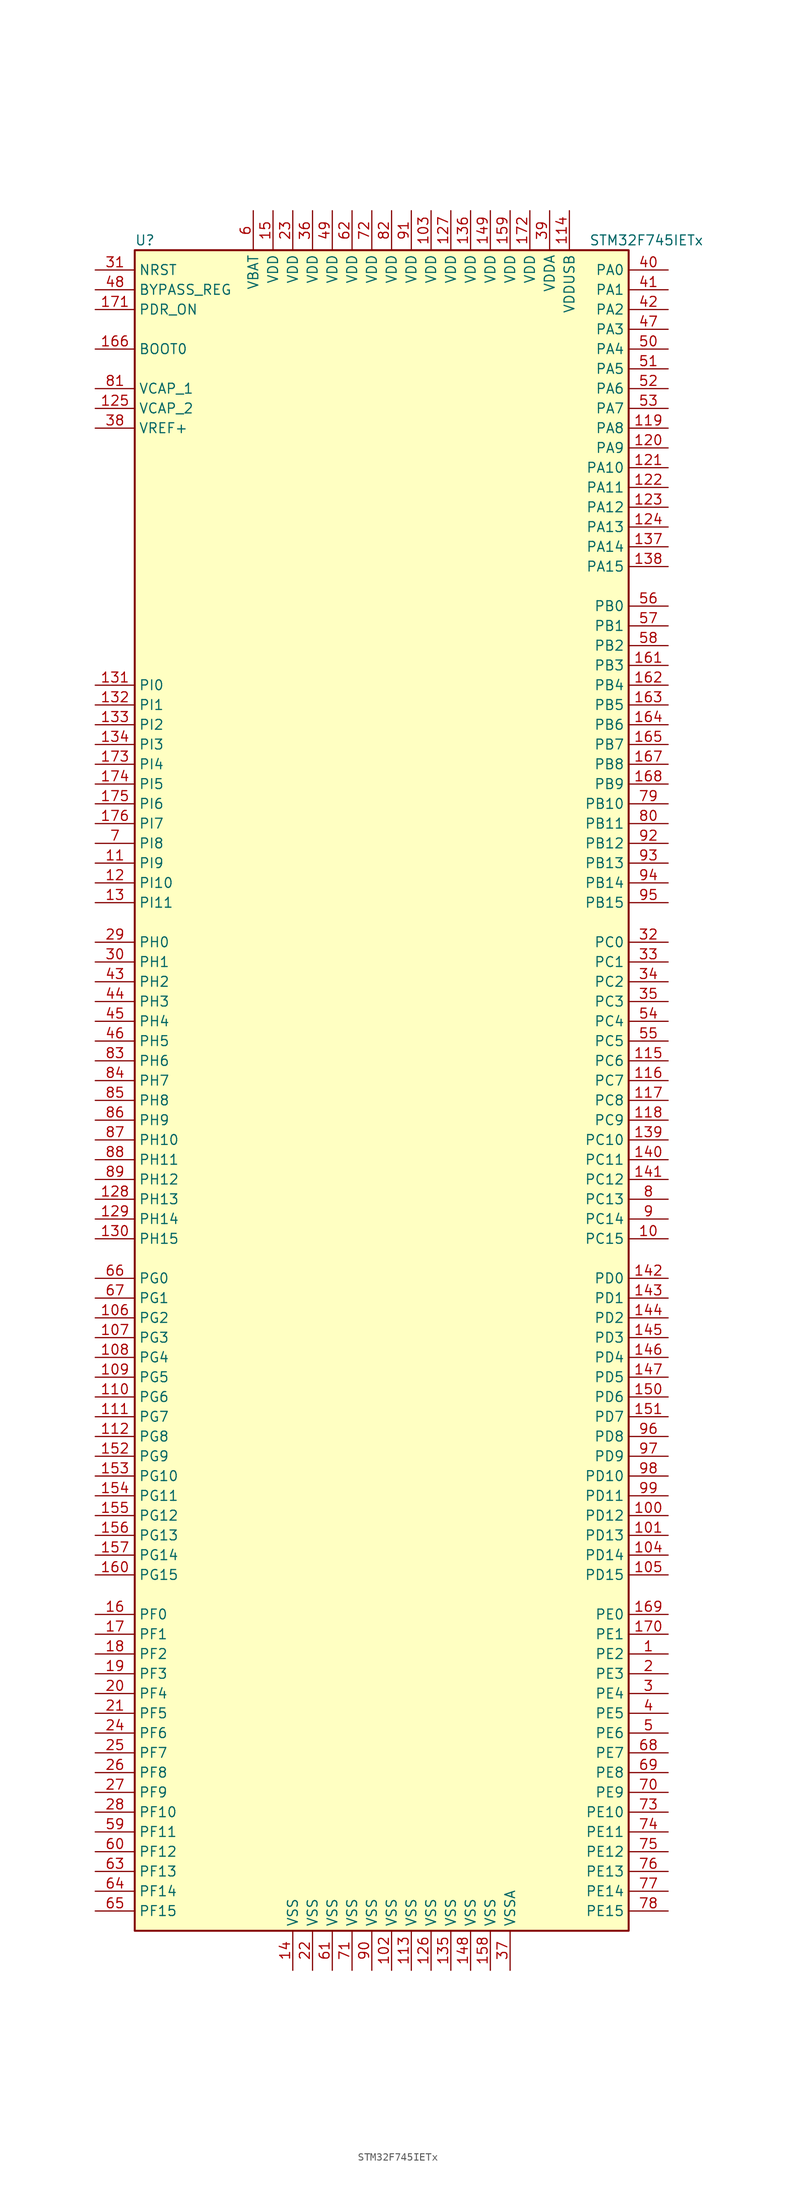
<source format=kicad_sym>
(kicad_symbol_lib
  (version 20220914)
  (generator kicad_symbol_editor)
  (symbol "STM32F745IETx"
    (property "Reference" "U"
      (at -33.02 107.95 0)
      (effects (font (size 1.27 1.27)) (justify left)))
    (property "Value" "STM32F745IETx"
      (at 25.4 107.95 0)
      (effects (font (size 1.27 1.27)) (justify left)))
    (symbol "STM32F745IETx_0_1"
      (rectangle (start -33.02 -109.22) (end 30.48 106.68) (stroke (width 0.254) (type default)) (fill (type background))))
    (symbol "STM32F745IETx_1_1"
      (pin bidirectional line (at 35.56 -73.66 180) (length 5.08) (name "PE2" (effects (font (size 1.27 1.27)))) (number "1" (effects (font (size 1.27 1.27)))))
      (pin bidirectional line (at 35.56 -20.32 180) (length 5.08) (name "PC15" (effects (font (size 1.27 1.27)))) (number "10" (effects (font (size 1.27 1.27)))))
      (pin bidirectional line (at 35.56 -55.88 180) (length 5.08) (name "PD12" (effects (font (size 1.27 1.27)))) (number "100" (effects (font (size 1.27 1.27)))))
      (pin bidirectional line (at 35.56 -58.42 180) (length 5.08) (name "PD13" (effects (font (size 1.27 1.27)))) (number "101" (effects (font (size 1.27 1.27)))))
      (pin power_in line (at 0 -114.3 90) (length 5.08) (name "VSS" (effects (font (size 1.27 1.27)))) (number "102" (effects (font (size 1.27 1.27)))))
      (pin power_in line (at 5.08 111.76 270) (length 5.08) (name "VDD" (effects (font (size 1.27 1.27)))) (number "103" (effects (font (size 1.27 1.27)))))
      (pin bidirectional line (at 35.56 -60.96 180) (length 5.08) (name "PD14" (effects (font (size 1.27 1.27)))) (number "104" (effects (font (size 1.27 1.27)))))
      (pin bidirectional line (at 35.56 -63.5 180) (length 5.08) (name "PD15" (effects (font (size 1.27 1.27)))) (number "105" (effects (font (size 1.27 1.27)))))
      (pin bidirectional line (at -38.1 -30.48 0) (length 5.08) (name "PG2" (effects (font (size 1.27 1.27)))) (number "106" (effects (font (size 1.27 1.27)))))
      (pin bidirectional line (at -38.1 -33.02 0) (length 5.08) (name "PG3" (effects (font (size 1.27 1.27)))) (number "107" (effects (font (size 1.27 1.27)))))
      (pin bidirectional line (at -38.1 -35.56 0) (length 5.08) (name "PG4" (effects (font (size 1.27 1.27)))) (number "108" (effects (font (size 1.27 1.27)))))
      (pin bidirectional line (at -38.1 -38.1 0) (length 5.08) (name "PG5" (effects (font (size 1.27 1.27)))) (number "109" (effects (font (size 1.27 1.27)))))
      (pin bidirectional line (at -38.1 27.94 0) (length 5.08) (name "PI9" (effects (font (size 1.27 1.27)))) (number "11" (effects (font (size 1.27 1.27)))))
      (pin bidirectional line (at -38.1 -40.64 0) (length 5.08) (name "PG6" (effects (font (size 1.27 1.27)))) (number "110" (effects (font (size 1.27 1.27)))))
      (pin bidirectional line (at -38.1 -43.18 0) (length 5.08) (name "PG7" (effects (font (size 1.27 1.27)))) (number "111" (effects (font (size 1.27 1.27)))))
      (pin bidirectional line (at -38.1 -45.72 0) (length 5.08) (name "PG8" (effects (font (size 1.27 1.27)))) (number "112" (effects (font (size 1.27 1.27)))))
      (pin power_in line (at 2.54 -114.3 90) (length 5.08) (name "VSS" (effects (font (size 1.27 1.27)))) (number "113" (effects (font (size 1.27 1.27)))))
      (pin power_in line (at 22.86 111.76 270) (length 5.08) (name "VDDUSB" (effects (font (size 1.27 1.27)))) (number "114" (effects (font (size 1.27 1.27)))))
      (pin bidirectional line (at 35.56 2.54 180) (length 5.08) (name "PC6" (effects (font (size 1.27 1.27)))) (number "115" (effects (font (size 1.27 1.27)))))
      (pin bidirectional line (at 35.56 0 180) (length 5.08) (name "PC7" (effects (font (size 1.27 1.27)))) (number "116" (effects (font (size 1.27 1.27)))))
      (pin bidirectional line (at 35.56 -2.54 180) (length 5.08) (name "PC8" (effects (font (size 1.27 1.27)))) (number "117" (effects (font (size 1.27 1.27)))))
      (pin bidirectional line (at 35.56 -5.08 180) (length 5.08) (name "PC9" (effects (font (size 1.27 1.27)))) (number "118" (effects (font (size 1.27 1.27)))))
      (pin bidirectional line (at 35.56 83.82 180) (length 5.08) (name "PA8" (effects (font (size 1.27 1.27)))) (number "119" (effects (font (size 1.27 1.27)))))
      (pin bidirectional line (at -38.1 25.4 0) (length 5.08) (name "PI10" (effects (font (size 1.27 1.27)))) (number "12" (effects (font (size 1.27 1.27)))))
      (pin bidirectional line (at 35.56 81.28 180) (length 5.08) (name "PA9" (effects (font (size 1.27 1.27)))) (number "120" (effects (font (size 1.27 1.27)))))
      (pin bidirectional line (at 35.56 78.74 180) (length 5.08) (name "PA10" (effects (font (size 1.27 1.27)))) (number "121" (effects (font (size 1.27 1.27)))))
      (pin bidirectional line (at 35.56 76.2 180) (length 5.08) (name "PA11" (effects (font (size 1.27 1.27)))) (number "122" (effects (font (size 1.27 1.27)))))
      (pin bidirectional line (at 35.56 73.66 180) (length 5.08) (name "PA12" (effects (font (size 1.27 1.27)))) (number "123" (effects (font (size 1.27 1.27)))))
      (pin bidirectional line (at 35.56 71.12 180) (length 5.08) (name "PA13" (effects (font (size 1.27 1.27)))) (number "124" (effects (font (size 1.27 1.27)))))
      (pin power_in line (at -38.1 86.36 0) (length 5.08) (name "VCAP_2" (effects (font (size 1.27 1.27)))) (number "125" (effects (font (size 1.27 1.27)))))
      (pin power_in line (at 5.08 -114.3 90) (length 5.08) (name "VSS" (effects (font (size 1.27 1.27)))) (number "126" (effects (font (size 1.27 1.27)))))
      (pin power_in line (at 7.62 111.76 270) (length 5.08) (name "VDD" (effects (font (size 1.27 1.27)))) (number "127" (effects (font (size 1.27 1.27)))))
      (pin bidirectional line (at -38.1 -15.24 0) (length 5.08) (name "PH13" (effects (font (size 1.27 1.27)))) (number "128" (effects (font (size 1.27 1.27)))))
      (pin bidirectional line (at -38.1 -17.78 0) (length 5.08) (name "PH14" (effects (font (size 1.27 1.27)))) (number "129" (effects (font (size 1.27 1.27)))))
      (pin bidirectional line (at -38.1 22.86 0) (length 5.08) (name "PI11" (effects (font (size 1.27 1.27)))) (number "13" (effects (font (size 1.27 1.27)))))
      (pin bidirectional line (at -38.1 -20.32 0) (length 5.08) (name "PH15" (effects (font (size 1.27 1.27)))) (number "130" (effects (font (size 1.27 1.27)))))
      (pin bidirectional line (at -38.1 50.8 0) (length 5.08) (name "PI0" (effects (font (size 1.27 1.27)))) (number "131" (effects (font (size 1.27 1.27)))))
      (pin bidirectional line (at -38.1 48.26 0) (length 5.08) (name "PI1" (effects (font (size 1.27 1.27)))) (number "132" (effects (font (size 1.27 1.27)))))
      (pin bidirectional line (at -38.1 45.72 0) (length 5.08) (name "PI2" (effects (font (size 1.27 1.27)))) (number "133" (effects (font (size 1.27 1.27)))))
      (pin bidirectional line (at -38.1 43.18 0) (length 5.08) (name "PI3" (effects (font (size 1.27 1.27)))) (number "134" (effects (font (size 1.27 1.27)))))
      (pin power_in line (at 7.62 -114.3 90) (length 5.08) (name "VSS" (effects (font (size 1.27 1.27)))) (number "135" (effects (font (size 1.27 1.27)))))
      (pin power_in line (at 10.16 111.76 270) (length 5.08) (name "VDD" (effects (font (size 1.27 1.27)))) (number "136" (effects (font (size 1.27 1.27)))))
      (pin bidirectional line (at 35.56 68.58 180) (length 5.08) (name "PA14" (effects (font (size 1.27 1.27)))) (number "137" (effects (font (size 1.27 1.27)))))
      (pin bidirectional line (at 35.56 66.04 180) (length 5.08) (name "PA15" (effects (font (size 1.27 1.27)))) (number "138" (effects (font (size 1.27 1.27)))))
      (pin bidirectional line (at 35.56 -7.62 180) (length 5.08) (name "PC10" (effects (font (size 1.27 1.27)))) (number "139" (effects (font (size 1.27 1.27)))))
      (pin power_in line (at -12.7 -114.3 90) (length 5.08) (name "VSS" (effects (font (size 1.27 1.27)))) (number "14" (effects (font (size 1.27 1.27)))))
      (pin bidirectional line (at 35.56 -10.16 180) (length 5.08) (name "PC11" (effects (font (size 1.27 1.27)))) (number "140" (effects (font (size 1.27 1.27)))))
      (pin bidirectional line (at 35.56 -12.7 180) (length 5.08) (name "PC12" (effects (font (size 1.27 1.27)))) (number "141" (effects (font (size 1.27 1.27)))))
      (pin bidirectional line (at 35.56 -25.4 180) (length 5.08) (name "PD0" (effects (font (size 1.27 1.27)))) (number "142" (effects (font (size 1.27 1.27)))))
      (pin bidirectional line (at 35.56 -27.94 180) (length 5.08) (name "PD1" (effects (font (size 1.27 1.27)))) (number "143" (effects (font (size 1.27 1.27)))))
      (pin bidirectional line (at 35.56 -30.48 180) (length 5.08) (name "PD2" (effects (font (size 1.27 1.27)))) (number "144" (effects (font (size 1.27 1.27)))))
      (pin bidirectional line (at 35.56 -33.02 180) (length 5.08) (name "PD3" (effects (font (size 1.27 1.27)))) (number "145" (effects (font (size 1.27 1.27)))))
      (pin bidirectional line (at 35.56 -35.56 180) (length 5.08) (name "PD4" (effects (font (size 1.27 1.27)))) (number "146" (effects (font (size 1.27 1.27)))))
      (pin bidirectional line (at 35.56 -38.1 180) (length 5.08) (name "PD5" (effects (font (size 1.27 1.27)))) (number "147" (effects (font (size 1.27 1.27)))))
      (pin power_in line (at 10.16 -114.3 90) (length 5.08) (name "VSS" (effects (font (size 1.27 1.27)))) (number "148" (effects (font (size 1.27 1.27)))))
      (pin power_in line (at 12.7 111.76 270) (length 5.08) (name "VDD" (effects (font (size 1.27 1.27)))) (number "149" (effects (font (size 1.27 1.27)))))
      (pin power_in line (at -15.24 111.76 270) (length 5.08) (name "VDD" (effects (font (size 1.27 1.27)))) (number "15" (effects (font (size 1.27 1.27)))))
      (pin bidirectional line (at 35.56 -40.64 180) (length 5.08) (name "PD6" (effects (font (size 1.27 1.27)))) (number "150" (effects (font (size 1.27 1.27)))))
      (pin bidirectional line (at 35.56 -43.18 180) (length 5.08) (name "PD7" (effects (font (size 1.27 1.27)))) (number "151" (effects (font (size 1.27 1.27)))))
      (pin bidirectional line (at -38.1 -48.26 0) (length 5.08) (name "PG9" (effects (font (size 1.27 1.27)))) (number "152" (effects (font (size 1.27 1.27)))))
      (pin bidirectional line (at -38.1 -50.8 0) (length 5.08) (name "PG10" (effects (font (size 1.27 1.27)))) (number "153" (effects (font (size 1.27 1.27)))))
      (pin bidirectional line (at -38.1 -53.34 0) (length 5.08) (name "PG11" (effects (font (size 1.27 1.27)))) (number "154" (effects (font (size 1.27 1.27)))))
      (pin bidirectional line (at -38.1 -55.88 0) (length 5.08) (name "PG12" (effects (font (size 1.27 1.27)))) (number "155" (effects (font (size 1.27 1.27)))))
      (pin bidirectional line (at -38.1 -58.42 0) (length 5.08) (name "PG13" (effects (font (size 1.27 1.27)))) (number "156" (effects (font (size 1.27 1.27)))))
      (pin bidirectional line (at -38.1 -60.96 0) (length 5.08) (name "PG14" (effects (font (size 1.27 1.27)))) (number "157" (effects (font (size 1.27 1.27)))))
      (pin power_in line (at 12.7 -114.3 90) (length 5.08) (name "VSS" (effects (font (size 1.27 1.27)))) (number "158" (effects (font (size 1.27 1.27)))))
      (pin power_in line (at 15.24 111.76 270) (length 5.08) (name "VDD" (effects (font (size 1.27 1.27)))) (number "159" (effects (font (size 1.27 1.27)))))
      (pin bidirectional line (at -38.1 -68.58 0) (length 5.08) (name "PF0" (effects (font (size 1.27 1.27)))) (number "16" (effects (font (size 1.27 1.27)))))
      (pin bidirectional line (at -38.1 -63.5 0) (length 5.08) (name "PG15" (effects (font (size 1.27 1.27)))) (number "160" (effects (font (size 1.27 1.27)))))
      (pin bidirectional line (at 35.56 53.34 180) (length 5.08) (name "PB3" (effects (font (size 1.27 1.27)))) (number "161" (effects (font (size 1.27 1.27)))))
      (pin bidirectional line (at 35.56 50.8 180) (length 5.08) (name "PB4" (effects (font (size 1.27 1.27)))) (number "162" (effects (font (size 1.27 1.27)))))
      (pin bidirectional line (at 35.56 48.26 180) (length 5.08) (name "PB5" (effects (font (size 1.27 1.27)))) (number "163" (effects (font (size 1.27 1.27)))))
      (pin bidirectional line (at 35.56 45.72 180) (length 5.08) (name "PB6" (effects (font (size 1.27 1.27)))) (number "164" (effects (font (size 1.27 1.27)))))
      (pin bidirectional line (at 35.56 43.18 180) (length 5.08) (name "PB7" (effects (font (size 1.27 1.27)))) (number "165" (effects (font (size 1.27 1.27)))))
      (pin input line (at -38.1 93.98 0) (length 5.08) (name "BOOT0" (effects (font (size 1.27 1.27)))) (number "166" (effects (font (size 1.27 1.27)))))
      (pin bidirectional line (at 35.56 40.64 180) (length 5.08) (name "PB8" (effects (font (size 1.27 1.27)))) (number "167" (effects (font (size 1.27 1.27)))))
      (pin bidirectional line (at 35.56 38.1 180) (length 5.08) (name "PB9" (effects (font (size 1.27 1.27)))) (number "168" (effects (font (size 1.27 1.27)))))
      (pin bidirectional line (at 35.56 -68.58 180) (length 5.08) (name "PE0" (effects (font (size 1.27 1.27)))) (number "169" (effects (font (size 1.27 1.27)))))
      (pin bidirectional line (at -38.1 -71.12 0) (length 5.08) (name "PF1" (effects (font (size 1.27 1.27)))) (number "17" (effects (font (size 1.27 1.27)))))
      (pin bidirectional line (at 35.56 -71.12 180) (length 5.08) (name "PE1" (effects (font (size 1.27 1.27)))) (number "170" (effects (font (size 1.27 1.27)))))
      (pin input line (at -38.1 99.06 0) (length 5.08) (name "PDR_ON" (effects (font (size 1.27 1.27)))) (number "171" (effects (font (size 1.27 1.27)))))
      (pin power_in line (at 17.78 111.76 270) (length 5.08) (name "VDD" (effects (font (size 1.27 1.27)))) (number "172" (effects (font (size 1.27 1.27)))))
      (pin bidirectional line (at -38.1 40.64 0) (length 5.08) (name "PI4" (effects (font (size 1.27 1.27)))) (number "173" (effects (font (size 1.27 1.27)))))
      (pin bidirectional line (at -38.1 38.1 0) (length 5.08) (name "PI5" (effects (font (size 1.27 1.27)))) (number "174" (effects (font (size 1.27 1.27)))))
      (pin bidirectional line (at -38.1 35.56 0) (length 5.08) (name "PI6" (effects (font (size 1.27 1.27)))) (number "175" (effects (font (size 1.27 1.27)))))
      (pin bidirectional line (at -38.1 33.02 0) (length 5.08) (name "PI7" (effects (font (size 1.27 1.27)))) (number "176" (effects (font (size 1.27 1.27)))))
      (pin bidirectional line (at -38.1 -73.66 0) (length 5.08) (name "PF2" (effects (font (size 1.27 1.27)))) (number "18" (effects (font (size 1.27 1.27)))))
      (pin bidirectional line (at -38.1 -76.2 0) (length 5.08) (name "PF3" (effects (font (size 1.27 1.27)))) (number "19" (effects (font (size 1.27 1.27)))))
      (pin bidirectional line (at 35.56 -76.2 180) (length 5.08) (name "PE3" (effects (font (size 1.27 1.27)))) (number "2" (effects (font (size 1.27 1.27)))))
      (pin bidirectional line (at -38.1 -78.74 0) (length 5.08) (name "PF4" (effects (font (size 1.27 1.27)))) (number "20" (effects (font (size 1.27 1.27)))))
      (pin bidirectional line (at -38.1 -81.28 0) (length 5.08) (name "PF5" (effects (font (size 1.27 1.27)))) (number "21" (effects (font (size 1.27 1.27)))))
      (pin power_in line (at -10.16 -114.3 90) (length 5.08) (name "VSS" (effects (font (size 1.27 1.27)))) (number "22" (effects (font (size 1.27 1.27)))))
      (pin power_in line (at -12.7 111.76 270) (length 5.08) (name "VDD" (effects (font (size 1.27 1.27)))) (number "23" (effects (font (size 1.27 1.27)))))
      (pin bidirectional line (at -38.1 -83.82 0) (length 5.08) (name "PF6" (effects (font (size 1.27 1.27)))) (number "24" (effects (font (size 1.27 1.27)))))
      (pin bidirectional line (at -38.1 -86.36 0) (length 5.08) (name "PF7" (effects (font (size 1.27 1.27)))) (number "25" (effects (font (size 1.27 1.27)))))
      (pin bidirectional line (at -38.1 -88.9 0) (length 5.08) (name "PF8" (effects (font (size 1.27 1.27)))) (number "26" (effects (font (size 1.27 1.27)))))
      (pin bidirectional line (at -38.1 -91.44 0) (length 5.08) (name "PF9" (effects (font (size 1.27 1.27)))) (number "27" (effects (font (size 1.27 1.27)))))
      (pin bidirectional line (at -38.1 -93.98 0) (length 5.08) (name "PF10" (effects (font (size 1.27 1.27)))) (number "28" (effects (font (size 1.27 1.27)))))
      (pin input line (at -38.1 17.78 0) (length 5.08) (name "PH0" (effects (font (size 1.27 1.27)))) (number "29" (effects (font (size 1.27 1.27)))))
      (pin bidirectional line (at 35.56 -78.74 180) (length 5.08) (name "PE4" (effects (font (size 1.27 1.27)))) (number "3" (effects (font (size 1.27 1.27)))))
      (pin input line (at -38.1 15.24 0) (length 5.08) (name "PH1" (effects (font (size 1.27 1.27)))) (number "30" (effects (font (size 1.27 1.27)))))
      (pin input line (at -38.1 104.14 0) (length 5.08) (name "NRST" (effects (font (size 1.27 1.27)))) (number "31" (effects (font (size 1.27 1.27)))))
      (pin bidirectional line (at 35.56 17.78 180) (length 5.08) (name "PC0" (effects (font (size 1.27 1.27)))) (number "32" (effects (font (size 1.27 1.27)))))
      (pin bidirectional line (at 35.56 15.24 180) (length 5.08) (name "PC1" (effects (font (size 1.27 1.27)))) (number "33" (effects (font (size 1.27 1.27)))))
      (pin bidirectional line (at 35.56 12.7 180) (length 5.08) (name "PC2" (effects (font (size 1.27 1.27)))) (number "34" (effects (font (size 1.27 1.27)))))
      (pin bidirectional line (at 35.56 10.16 180) (length 5.08) (name "PC3" (effects (font (size 1.27 1.27)))) (number "35" (effects (font (size 1.27 1.27)))))
      (pin power_in line (at -10.16 111.76 270) (length 5.08) (name "VDD" (effects (font (size 1.27 1.27)))) (number "36" (effects (font (size 1.27 1.27)))))
      (pin power_in line (at 15.24 -114.3 90) (length 5.08) (name "VSSA" (effects (font (size 1.27 1.27)))) (number "37" (effects (font (size 1.27 1.27)))))
      (pin power_in line (at -38.1 83.82 0) (length 5.08) (name "VREF+" (effects (font (size 1.27 1.27)))) (number "38" (effects (font (size 1.27 1.27)))))
      (pin power_in line (at 20.32 111.76 270) (length 5.08) (name "VDDA" (effects (font (size 1.27 1.27)))) (number "39" (effects (font (size 1.27 1.27)))))
      (pin bidirectional line (at 35.56 -81.28 180) (length 5.08) (name "PE5" (effects (font (size 1.27 1.27)))) (number "4" (effects (font (size 1.27 1.27)))))
      (pin bidirectional line (at 35.56 104.14 180) (length 5.08) (name "PA0" (effects (font (size 1.27 1.27)))) (number "40" (effects (font (size 1.27 1.27)))))
      (pin bidirectional line (at 35.56 101.6 180) (length 5.08) (name "PA1" (effects (font (size 1.27 1.27)))) (number "41" (effects (font (size 1.27 1.27)))))
      (pin bidirectional line (at 35.56 99.06 180) (length 5.08) (name "PA2" (effects (font (size 1.27 1.27)))) (number "42" (effects (font (size 1.27 1.27)))))
      (pin bidirectional line (at -38.1 12.7 0) (length 5.08) (name "PH2" (effects (font (size 1.27 1.27)))) (number "43" (effects (font (size 1.27 1.27)))))
      (pin bidirectional line (at -38.1 10.16 0) (length 5.08) (name "PH3" (effects (font (size 1.27 1.27)))) (number "44" (effects (font (size 1.27 1.27)))))
      (pin bidirectional line (at -38.1 7.62 0) (length 5.08) (name "PH4" (effects (font (size 1.27 1.27)))) (number "45" (effects (font (size 1.27 1.27)))))
      (pin bidirectional line (at -38.1 5.08 0) (length 5.08) (name "PH5" (effects (font (size 1.27 1.27)))) (number "46" (effects (font (size 1.27 1.27)))))
      (pin bidirectional line (at 35.56 96.52 180) (length 5.08) (name "PA3" (effects (font (size 1.27 1.27)))) (number "47" (effects (font (size 1.27 1.27)))))
      (pin input line (at -38.1 101.6 0) (length 5.08) (name "BYPASS_REG" (effects (font (size 1.27 1.27)))) (number "48" (effects (font (size 1.27 1.27)))))
      (pin power_in line (at -7.62 111.76 270) (length 5.08) (name "VDD" (effects (font (size 1.27 1.27)))) (number "49" (effects (font (size 1.27 1.27)))))
      (pin bidirectional line (at 35.56 -83.82 180) (length 5.08) (name "PE6" (effects (font (size 1.27 1.27)))) (number "5" (effects (font (size 1.27 1.27)))))
      (pin bidirectional line (at 35.56 93.98 180) (length 5.08) (name "PA4" (effects (font (size 1.27 1.27)))) (number "50" (effects (font (size 1.27 1.27)))))
      (pin bidirectional line (at 35.56 91.44 180) (length 5.08) (name "PA5" (effects (font (size 1.27 1.27)))) (number "51" (effects (font (size 1.27 1.27)))))
      (pin bidirectional line (at 35.56 88.9 180) (length 5.08) (name "PA6" (effects (font (size 1.27 1.27)))) (number "52" (effects (font (size 1.27 1.27)))))
      (pin bidirectional line (at 35.56 86.36 180) (length 5.08) (name "PA7" (effects (font (size 1.27 1.27)))) (number "53" (effects (font (size 1.27 1.27)))))
      (pin bidirectional line (at 35.56 7.62 180) (length 5.08) (name "PC4" (effects (font (size 1.27 1.27)))) (number "54" (effects (font (size 1.27 1.27)))))
      (pin bidirectional line (at 35.56 5.08 180) (length 5.08) (name "PC5" (effects (font (size 1.27 1.27)))) (number "55" (effects (font (size 1.27 1.27)))))
      (pin bidirectional line (at 35.56 60.96 180) (length 5.08) (name "PB0" (effects (font (size 1.27 1.27)))) (number "56" (effects (font (size 1.27 1.27)))))
      (pin bidirectional line (at 35.56 58.42 180) (length 5.08) (name "PB1" (effects (font (size 1.27 1.27)))) (number "57" (effects (font (size 1.27 1.27)))))
      (pin bidirectional line (at 35.56 55.88 180) (length 5.08) (name "PB2" (effects (font (size 1.27 1.27)))) (number "58" (effects (font (size 1.27 1.27)))))
      (pin bidirectional line (at -38.1 -96.52 0) (length 5.08) (name "PF11" (effects (font (size 1.27 1.27)))) (number "59" (effects (font (size 1.27 1.27)))))
      (pin power_in line (at -17.78 111.76 270) (length 5.08) (name "VBAT" (effects (font (size 1.27 1.27)))) (number "6" (effects (font (size 1.27 1.27)))))
      (pin bidirectional line (at -38.1 -99.06 0) (length 5.08) (name "PF12" (effects (font (size 1.27 1.27)))) (number "60" (effects (font (size 1.27 1.27)))))
      (pin power_in line (at -7.62 -114.3 90) (length 5.08) (name "VSS" (effects (font (size 1.27 1.27)))) (number "61" (effects (font (size 1.27 1.27)))))
      (pin power_in line (at -5.08 111.76 270) (length 5.08) (name "VDD" (effects (font (size 1.27 1.27)))) (number "62" (effects (font (size 1.27 1.27)))))
      (pin bidirectional line (at -38.1 -101.6 0) (length 5.08) (name "PF13" (effects (font (size 1.27 1.27)))) (number "63" (effects (font (size 1.27 1.27)))))
      (pin bidirectional line (at -38.1 -104.14 0) (length 5.08) (name "PF14" (effects (font (size 1.27 1.27)))) (number "64" (effects (font (size 1.27 1.27)))))
      (pin bidirectional line (at -38.1 -106.68 0) (length 5.08) (name "PF15" (effects (font (size 1.27 1.27)))) (number "65" (effects (font (size 1.27 1.27)))))
      (pin bidirectional line (at -38.1 -25.4 0) (length 5.08) (name "PG0" (effects (font (size 1.27 1.27)))) (number "66" (effects (font (size 1.27 1.27)))))
      (pin bidirectional line (at -38.1 -27.94 0) (length 5.08) (name "PG1" (effects (font (size 1.27 1.27)))) (number "67" (effects (font (size 1.27 1.27)))))
      (pin bidirectional line (at 35.56 -86.36 180) (length 5.08) (name "PE7" (effects (font (size 1.27 1.27)))) (number "68" (effects (font (size 1.27 1.27)))))
      (pin bidirectional line (at 35.56 -88.9 180) (length 5.08) (name "PE8" (effects (font (size 1.27 1.27)))) (number "69" (effects (font (size 1.27 1.27)))))
      (pin bidirectional line (at -38.1 30.48 0) (length 5.08) (name "PI8" (effects (font (size 1.27 1.27)))) (number "7" (effects (font (size 1.27 1.27)))))
      (pin bidirectional line (at 35.56 -91.44 180) (length 5.08) (name "PE9" (effects (font (size 1.27 1.27)))) (number "70" (effects (font (size 1.27 1.27)))))
      (pin power_in line (at -5.08 -114.3 90) (length 5.08) (name "VSS" (effects (font (size 1.27 1.27)))) (number "71" (effects (font (size 1.27 1.27)))))
      (pin power_in line (at -2.54 111.76 270) (length 5.08) (name "VDD" (effects (font (size 1.27 1.27)))) (number "72" (effects (font (size 1.27 1.27)))))
      (pin bidirectional line (at 35.56 -93.98 180) (length 5.08) (name "PE10" (effects (font (size 1.27 1.27)))) (number "73" (effects (font (size 1.27 1.27)))))
      (pin bidirectional line (at 35.56 -96.52 180) (length 5.08) (name "PE11" (effects (font (size 1.27 1.27)))) (number "74" (effects (font (size 1.27 1.27)))))
      (pin bidirectional line (at 35.56 -99.06 180) (length 5.08) (name "PE12" (effects (font (size 1.27 1.27)))) (number "75" (effects (font (size 1.27 1.27)))))
      (pin bidirectional line (at 35.56 -101.6 180) (length 5.08) (name "PE13" (effects (font (size 1.27 1.27)))) (number "76" (effects (font (size 1.27 1.27)))))
      (pin bidirectional line (at 35.56 -104.14 180) (length 5.08) (name "PE14" (effects (font (size 1.27 1.27)))) (number "77" (effects (font (size 1.27 1.27)))))
      (pin bidirectional line (at 35.56 -106.68 180) (length 5.08) (name "PE15" (effects (font (size 1.27 1.27)))) (number "78" (effects (font (size 1.27 1.27)))))
      (pin bidirectional line (at 35.56 35.56 180) (length 5.08) (name "PB10" (effects (font (size 1.27 1.27)))) (number "79" (effects (font (size 1.27 1.27)))))
      (pin bidirectional line (at 35.56 -15.24 180) (length 5.08) (name "PC13" (effects (font (size 1.27 1.27)))) (number "8" (effects (font (size 1.27 1.27)))))
      (pin bidirectional line (at 35.56 33.02 180) (length 5.08) (name "PB11" (effects (font (size 1.27 1.27)))) (number "80" (effects (font (size 1.27 1.27)))))
      (pin power_in line (at -38.1 88.9 0) (length 5.08) (name "VCAP_1" (effects (font (size 1.27 1.27)))) (number "81" (effects (font (size 1.27 1.27)))))
      (pin power_in line (at 0 111.76 270) (length 5.08) (name "VDD" (effects (font (size 1.27 1.27)))) (number "82" (effects (font (size 1.27 1.27)))))
      (pin bidirectional line (at -38.1 2.54 0) (length 5.08) (name "PH6" (effects (font (size 1.27 1.27)))) (number "83" (effects (font (size 1.27 1.27)))))
      (pin bidirectional line (at -38.1 0 0) (length 5.08) (name "PH7" (effects (font (size 1.27 1.27)))) (number "84" (effects (font (size 1.27 1.27)))))
      (pin bidirectional line (at -38.1 -2.54 0) (length 5.08) (name "PH8" (effects (font (size 1.27 1.27)))) (number "85" (effects (font (size 1.27 1.27)))))
      (pin bidirectional line (at -38.1 -5.08 0) (length 5.08) (name "PH9" (effects (font (size 1.27 1.27)))) (number "86" (effects (font (size 1.27 1.27)))))
      (pin bidirectional line (at -38.1 -7.62 0) (length 5.08) (name "PH10" (effects (font (size 1.27 1.27)))) (number "87" (effects (font (size 1.27 1.27)))))
      (pin bidirectional line (at -38.1 -10.16 0) (length 5.08) (name "PH11" (effects (font (size 1.27 1.27)))) (number "88" (effects (font (size 1.27 1.27)))))
      (pin bidirectional line (at -38.1 -12.7 0) (length 5.08) (name "PH12" (effects (font (size 1.27 1.27)))) (number "89" (effects (font (size 1.27 1.27)))))
      (pin bidirectional line (at 35.56 -17.78 180) (length 5.08) (name "PC14" (effects (font (size 1.27 1.27)))) (number "9" (effects (font (size 1.27 1.27)))))
      (pin power_in line (at -2.54 -114.3 90) (length 5.08) (name "VSS" (effects (font (size 1.27 1.27)))) (number "90" (effects (font (size 1.27 1.27)))))
      (pin power_in line (at 2.54 111.76 270) (length 5.08) (name "VDD" (effects (font (size 1.27 1.27)))) (number "91" (effects (font (size 1.27 1.27)))))
      (pin bidirectional line (at 35.56 30.48 180) (length 5.08) (name "PB12" (effects (font (size 1.27 1.27)))) (number "92" (effects (font (size 1.27 1.27)))))
      (pin bidirectional line (at 35.56 27.94 180) (length 5.08) (name "PB13" (effects (font (size 1.27 1.27)))) (number "93" (effects (font (size 1.27 1.27)))))
      (pin bidirectional line (at 35.56 25.4 180) (length 5.08) (name "PB14" (effects (font (size 1.27 1.27)))) (number "94" (effects (font (size 1.27 1.27)))))
      (pin bidirectional line (at 35.56 22.86 180) (length 5.08) (name "PB15" (effects (font (size 1.27 1.27)))) (number "95" (effects (font (size 1.27 1.27)))))
      (pin bidirectional line (at 35.56 -45.72 180) (length 5.08) (name "PD8" (effects (font (size 1.27 1.27)))) (number "96" (effects (font (size 1.27 1.27)))))
      (pin bidirectional line (at 35.56 -48.26 180) (length 5.08) (name "PD9" (effects (font (size 1.27 1.27)))) (number "97" (effects (font (size 1.27 1.27)))))
      (pin bidirectional line (at 35.56 -50.8 180) (length 5.08) (name "PD10" (effects (font (size 1.27 1.27)))) (number "98" (effects (font (size 1.27 1.27)))))
      (pin bidirectional line (at 35.56 -53.34 180) (length 5.08) (name "PD11" (effects (font (size 1.27 1.27)))) (number "99" (effects (font (size 1.27 1.27))))))))
</source>
